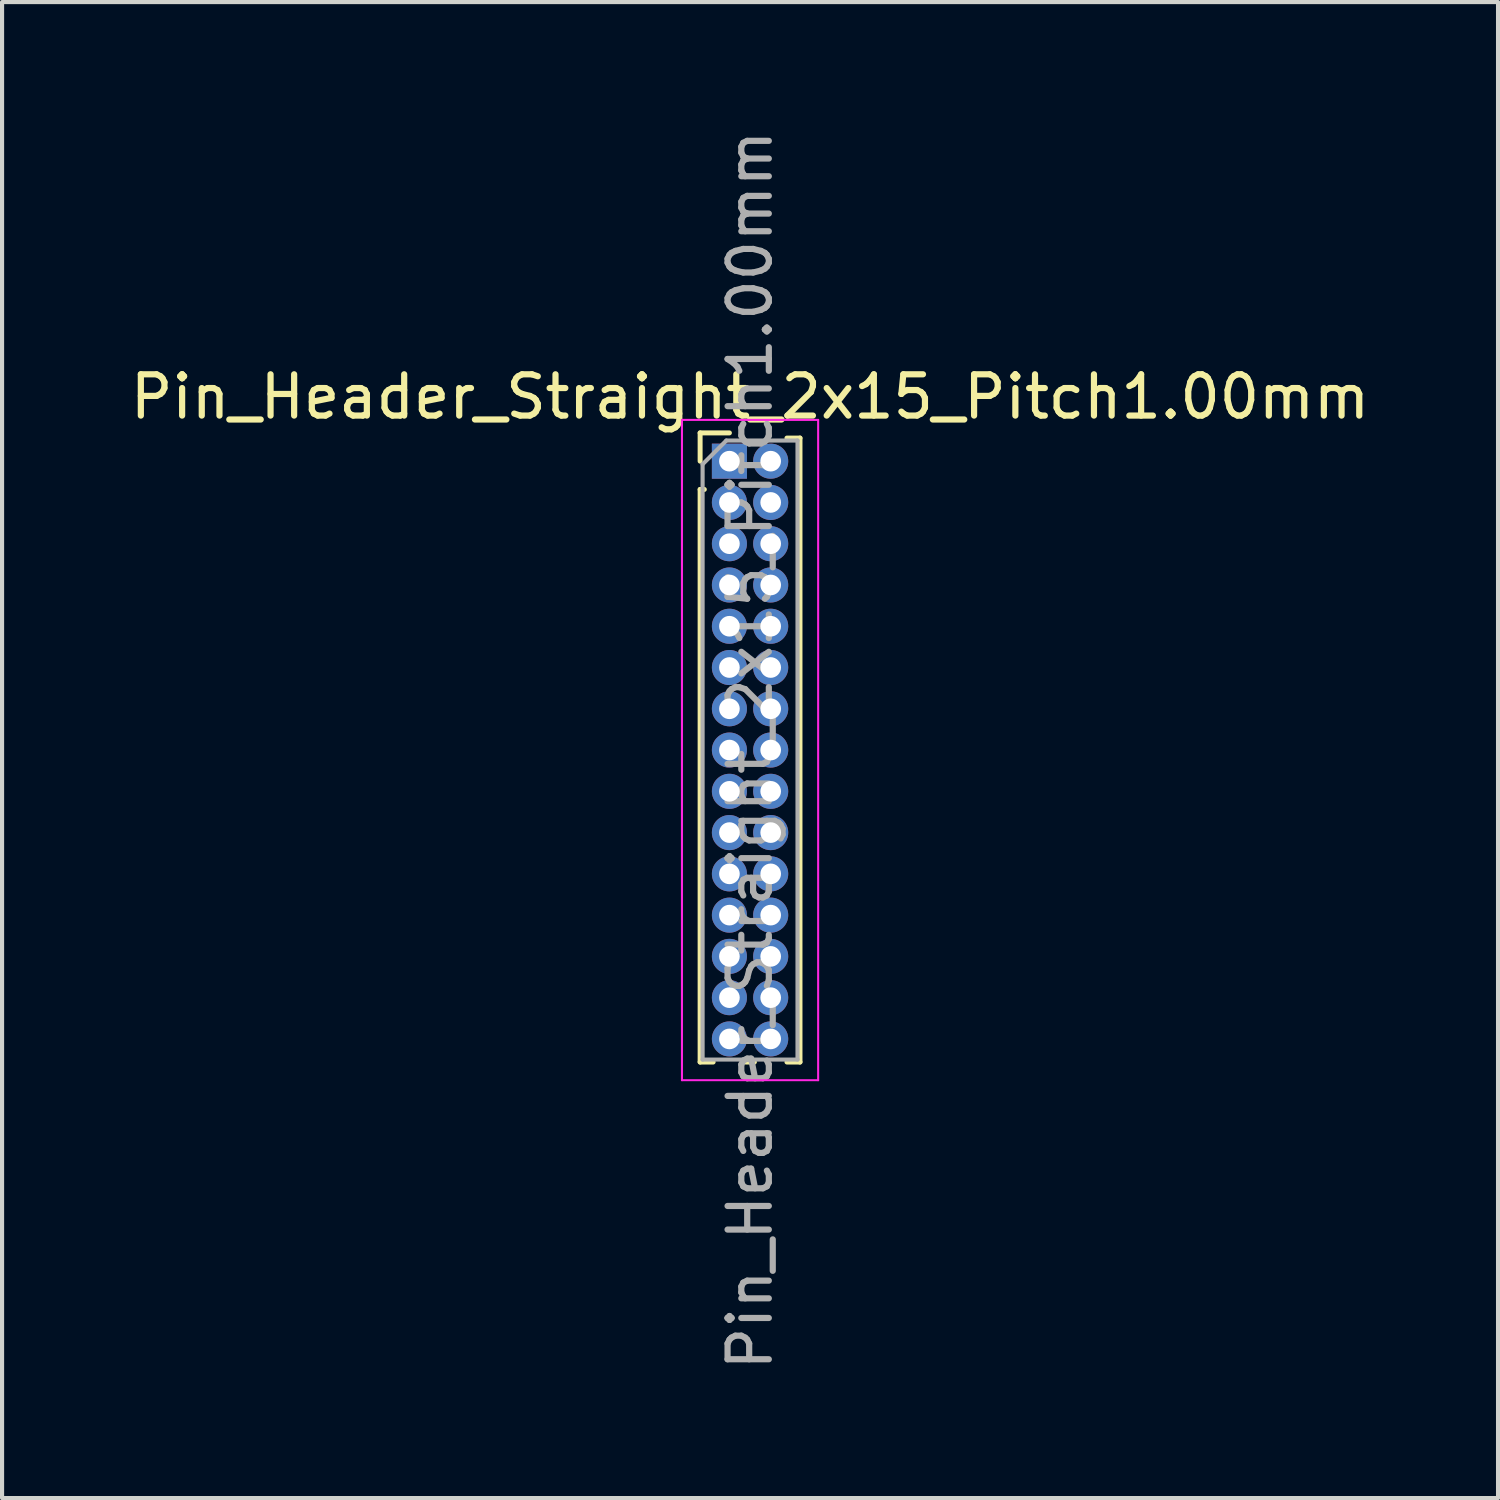
<source format=kicad_pcb>
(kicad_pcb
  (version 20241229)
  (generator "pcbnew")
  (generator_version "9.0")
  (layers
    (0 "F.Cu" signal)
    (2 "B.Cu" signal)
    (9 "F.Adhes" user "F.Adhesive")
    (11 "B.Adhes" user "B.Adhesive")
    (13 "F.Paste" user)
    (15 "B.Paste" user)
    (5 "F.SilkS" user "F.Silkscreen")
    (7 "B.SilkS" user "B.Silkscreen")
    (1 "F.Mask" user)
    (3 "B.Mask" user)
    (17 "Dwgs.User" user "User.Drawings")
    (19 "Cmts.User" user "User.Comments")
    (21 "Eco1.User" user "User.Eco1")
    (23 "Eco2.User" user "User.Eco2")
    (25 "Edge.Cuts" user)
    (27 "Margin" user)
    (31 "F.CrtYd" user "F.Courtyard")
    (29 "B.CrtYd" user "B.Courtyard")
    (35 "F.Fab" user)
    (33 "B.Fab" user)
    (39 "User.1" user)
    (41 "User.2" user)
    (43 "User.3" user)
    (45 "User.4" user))
  (footprint "Pin_Header_Straight_2x15_Pitch1.00mm"
    (layer "F.Cu")
    (at 14.625 8.125)
    (property "Reference" "Pin_Header_Straight_2x15_Pitch1.00mm" (at 0.5 -1.56 0) (layer "F.SilkS") (effects (font (size 1 1) (thickness 0.15))))
    (attr through_hole)
    (fp_line (start -0.71 -0.685) (end 0 -0.685) (stroke (width 0.12) (type solid)) (layer "F.SilkS"))
    (fp_line (start -0.71 0) (end -0.71 -0.685) (stroke (width 0.12) (type solid)) (layer "F.SilkS"))
    (fp_line (start -0.71 0.685) (end -0.71 14.56) (stroke (width 0.12) (type solid)) (layer "F.SilkS"))
    (fp_line (start -0.71 0.685) (end -0.608 0.685) (stroke (width 0.12) (type solid)) (layer "F.SilkS"))
    (fp_line (start -0.71 14.56) (end -0.394 14.56) (stroke (width 0.12) (type solid)) (layer "F.SilkS"))
    (fp_line (start 0.394 14.56) (end 0.606 14.56) (stroke (width 0.12) (type solid)) (layer "F.SilkS"))
    (fp_line (start 1.394 -0.56) (end 1.71 -0.56) (stroke (width 0.12) (type solid)) (layer "F.SilkS"))
    (fp_line (start 1.394 14.56) (end 1.71 14.56) (stroke (width 0.12) (type solid)) (layer "F.SilkS"))
    (fp_line (start 1.71 -0.56) (end 1.71 14.56) (stroke (width 0.12) (type solid)) (layer "F.SilkS"))
    (fp_line (start -1.15 -1) (end -1.15 15) (stroke (width 0.05) (type solid)) (layer "F.CrtYd"))
    (fp_line (start -1.15 15) (end 2.15 15) (stroke (width 0.05) (type solid)) (layer "F.CrtYd"))
    (fp_line (start 2.15 -1) (end -1.15 -1) (stroke (width 0.05) (type solid)) (layer "F.CrtYd"))
    (fp_line (start 2.15 15) (end 2.15 -1) (stroke (width 0.05) (type solid)) (layer "F.CrtYd"))
    (fp_line (start -0.65 0.075) (end -0.075 -0.5) (stroke (width 0.1) (type solid)) (layer "F.Fab"))
    (fp_line (start -0.65 14.5) (end -0.65 0.075) (stroke (width 0.1) (type solid)) (layer "F.Fab"))
    (fp_line (start -0.075 -0.5) (end 1.65 -0.5) (stroke (width 0.1) (type solid)) (layer "F.Fab"))
    (fp_line (start 1.65 -0.5) (end 1.65 14.5) (stroke (width 0.1) (type solid)) (layer "F.Fab"))
    (fp_line (start 1.65 14.5) (end -0.65 14.5) (stroke (width 0.1) (type solid)) (layer "F.Fab"))
    (fp_text user "${REFERENCE}" (at 0.5 7 90) (layer "F.Fab") (effects (font (size 1 1) (thickness 0.15))))
    (pad "1" thru_hole rect (at 0 0) (size 0.85 0.85) (drill 0.5) (layers "*.Cu" "*.Mask"))
    (pad "2" thru_hole oval (at 1 0) (size 0.85 0.85) (drill 0.5) (layers "*.Cu" "*.Mask"))
    (pad "3" thru_hole oval (at 0 1) (size 0.85 0.85) (drill 0.5) (layers "*.Cu" "*.Mask"))
    (pad "4" thru_hole oval (at 1 1) (size 0.85 0.85) (drill 0.5) (layers "*.Cu" "*.Mask"))
    (pad "5" thru_hole oval (at 0 2) (size 0.85 0.85) (drill 0.5) (layers "*.Cu" "*.Mask"))
    (pad "6" thru_hole oval (at 1 2) (size 0.85 0.85) (drill 0.5) (layers "*.Cu" "*.Mask"))
    (pad "7" thru_hole oval (at 0 3) (size 0.85 0.85) (drill 0.5) (layers "*.Cu" "*.Mask"))
    (pad "8" thru_hole oval (at 1 3) (size 0.85 0.85) (drill 0.5) (layers "*.Cu" "*.Mask"))
    (pad "9" thru_hole oval (at 0 4) (size 0.85 0.85) (drill 0.5) (layers "*.Cu" "*.Mask"))
    (pad "10" thru_hole oval (at 1 4) (size 0.85 0.85) (drill 0.5) (layers "*.Cu" "*.Mask"))
    (pad "11" thru_hole oval (at 0 5) (size 0.85 0.85) (drill 0.5) (layers "*.Cu" "*.Mask"))
    (pad "12" thru_hole oval (at 1 5) (size 0.85 0.85) (drill 0.5) (layers "*.Cu" "*.Mask"))
    (pad "13" thru_hole oval (at 0 6) (size 0.85 0.85) (drill 0.5) (layers "*.Cu" "*.Mask"))
    (pad "14" thru_hole oval (at 1 6) (size 0.85 0.85) (drill 0.5) (layers "*.Cu" "*.Mask"))
    (pad "15" thru_hole oval (at 0 7) (size 0.85 0.85) (drill 0.5) (layers "*.Cu" "*.Mask"))
    (pad "16" thru_hole oval (at 1 7) (size 0.85 0.85) (drill 0.5) (layers "*.Cu" "*.Mask"))
    (pad "17" thru_hole oval (at 0 8) (size 0.85 0.85) (drill 0.5) (layers "*.Cu" "*.Mask"))
    (pad "18" thru_hole oval (at 1 8) (size 0.85 0.85) (drill 0.5) (layers "*.Cu" "*.Mask"))
    (pad "19" thru_hole oval (at 0 9) (size 0.85 0.85) (drill 0.5) (layers "*.Cu" "*.Mask"))
    (pad "20" thru_hole oval (at 1 9) (size 0.85 0.85) (drill 0.5) (layers "*.Cu" "*.Mask"))
    (pad "21" thru_hole oval (at 0 10) (size 0.85 0.85) (drill 0.5) (layers "*.Cu" "*.Mask"))
    (pad "22" thru_hole oval (at 1 10) (size 0.85 0.85) (drill 0.5) (layers "*.Cu" "*.Mask"))
    (pad "23" thru_hole oval (at 0 11) (size 0.85 0.85) (drill 0.5) (layers "*.Cu" "*.Mask"))
    (pad "24" thru_hole oval (at 1 11) (size 0.85 0.85) (drill 0.5) (layers "*.Cu" "*.Mask"))
    (pad "25" thru_hole oval (at 0 12) (size 0.85 0.85) (drill 0.5) (layers "*.Cu" "*.Mask"))
    (pad "26" thru_hole oval (at 1 12) (size 0.85 0.85) (drill 0.5) (layers "*.Cu" "*.Mask"))
    (pad "27" thru_hole oval (at 0 13) (size 0.85 0.85) (drill 0.5) (layers "*.Cu" "*.Mask"))
    (pad "28" thru_hole oval (at 1 13) (size 0.85 0.85) (drill 0.5) (layers "*.Cu" "*.Mask"))
    (pad "29" thru_hole oval (at 0 14) (size 0.85 0.85) (drill 0.5) (layers "*.Cu" "*.Mask"))
    (pad "30" thru_hole oval (at 1 14) (size 0.85 0.85) (drill 0.5) (layers "*.Cu" "*.Mask")))
  (gr_rect
    (start -3 -3)
    (end 33.25 33.25)
    (stroke (width 0.1) (type default))
    (fill no)
    (layer "Edge.Cuts")))
</source>
